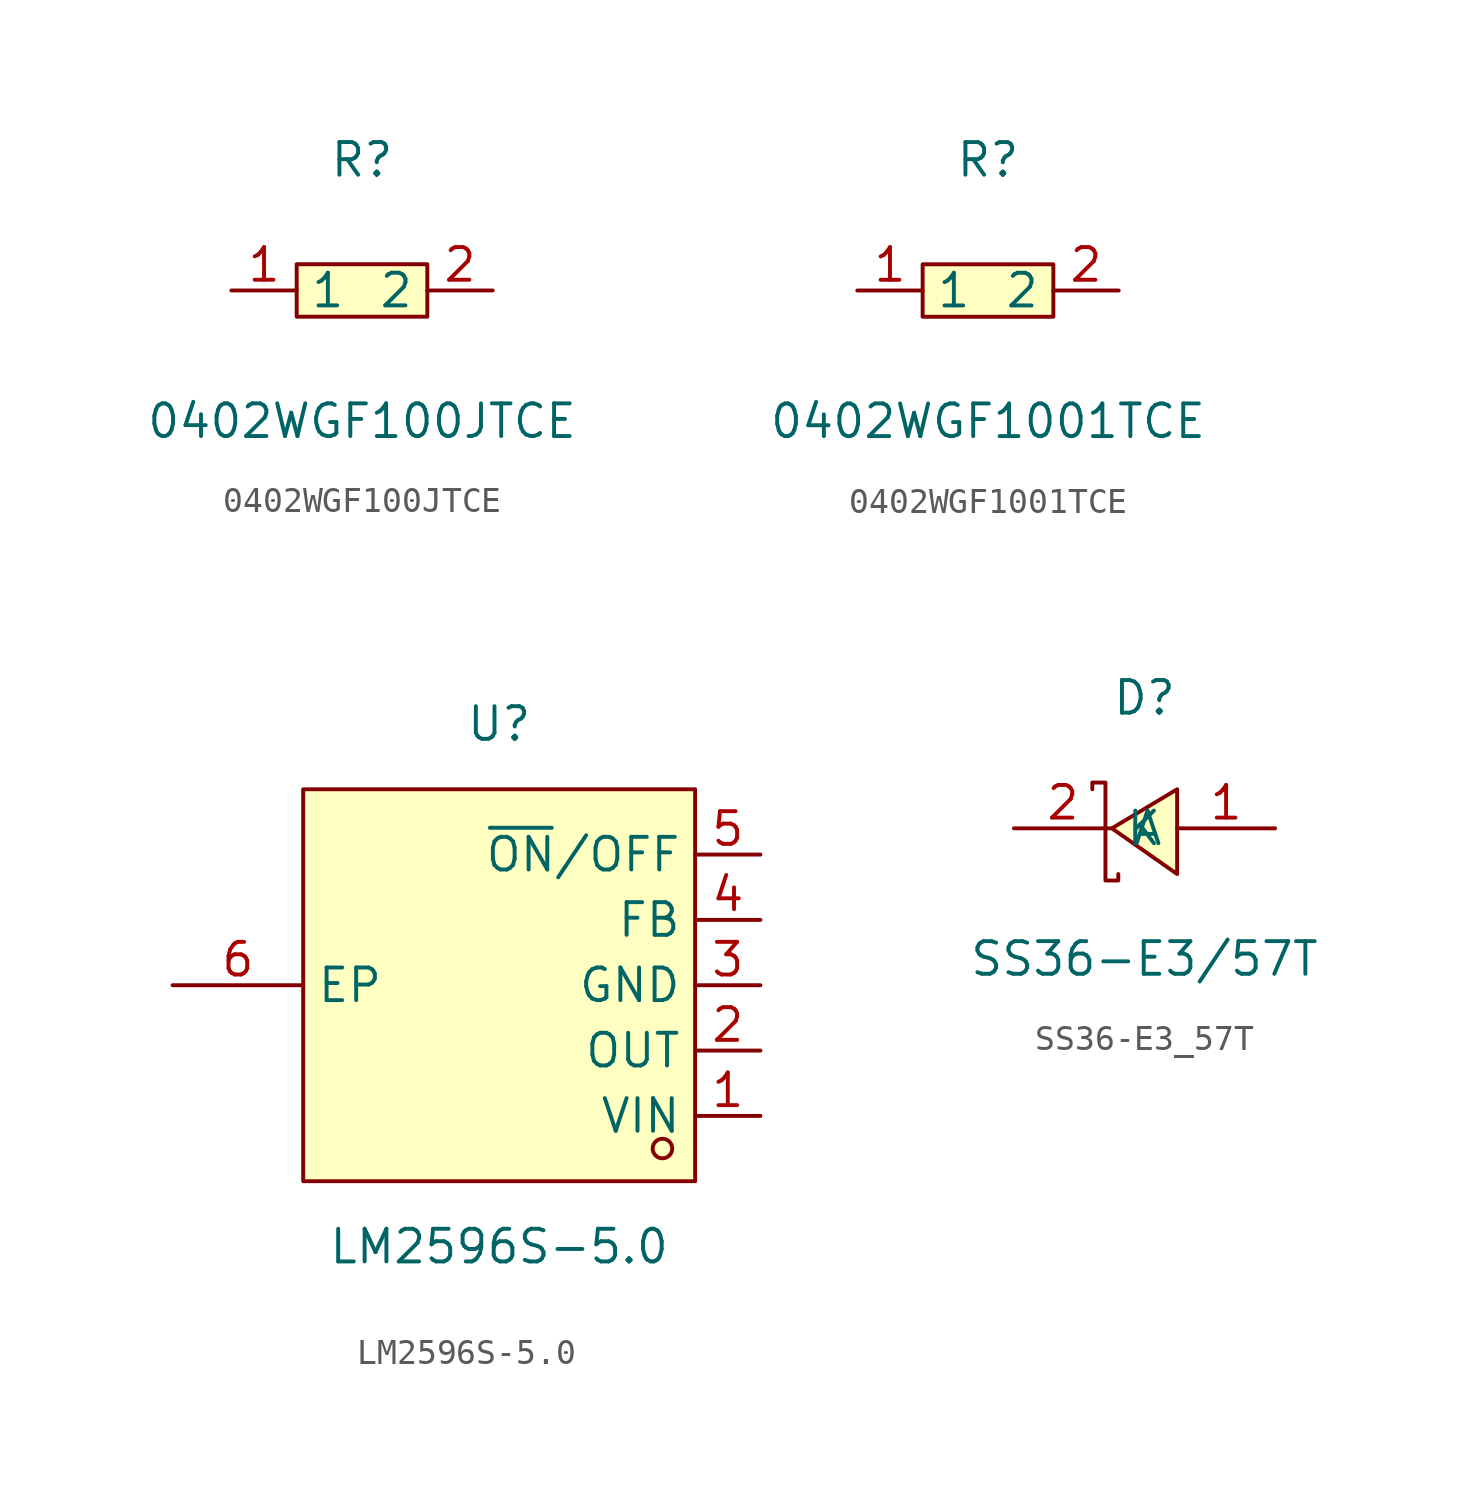
<source format=kicad_sym>
(kicad_symbol_lib
  (version 20211014)
  (generator https://github.com/uPesy/easyeda2kicad.py)
  (symbol "0402WGF100JTCE"
    (property "Reference" "R"
      (at 0 5.08 0)
      (effects (font (size 1.27 1.27))))
    (property "Value" "0402WGF100JTCE"
      (at 0 -5.08 0)
      (effects (font (size 1.27 1.27))))
    (symbol "0402WGF100JTCE_0_1"
      (rectangle (start -2.54 1.02) (end 2.54 -1.02) (stroke (width 0) (type default) (color 0 0 0 0)) (fill (type background)))
      (pin input line (at 5.08 -0.00 180) (length 2.54) (name "2" (effects (font (size 1.27 1.27)))) (number "2" (effects (font (size 1.27 1.27)))))
      (pin input line (at -5.08 -0.00 0) (length 2.54) (name "1" (effects (font (size 1.27 1.27)))) (number "1" (effects (font (size 1.27 1.27)))))))
  (symbol "0402WGF1001TCE"
    (property "Reference" "R"
      (at 0 5.08 0)
      (effects (font (size 1.27 1.27))))
    (property "Value" "0402WGF1001TCE"
      (at 0 -5.08 0)
      (effects (font (size 1.27 1.27))))
    (symbol "0402WGF1001TCE_0_1"
      (rectangle (start -2.54 1.02) (end 2.54 -1.02) (stroke (width 0) (type default) (color 0 0 0 0)) (fill (type background)))
      (pin input line (at 5.08 -0.00 180) (length 2.54) (name "2" (effects (font (size 1.27 1.27)))) (number "2" (effects (font (size 1.27 1.27)))))
      (pin input line (at -5.08 -0.00 0) (length 2.54) (name "1" (effects (font (size 1.27 1.27)))) (number "1" (effects (font (size 1.27 1.27)))))))
  (symbol "LM2596S-5.0"
    (property "Reference" "U"
      (at 0 10.16 0)
      (effects (font (size 1.27 1.27))))
    (property "Value" "LM2596S-5.0"
      (at 0 -10.16 0)
      (effects (font (size 1.27 1.27))))
    (symbol "LM2596S-5.0_0_1"
      (rectangle (start -7.62 7.62) (end 7.62 -7.62) (stroke (width 0) (type default) (color 0 0 0 0)) (fill (type background)))
      (circle (center 6.35 -6.35) (radius 0.38) (stroke (width 0) (type default) (color 0 0 0 0)) (fill (type none)))
      (pin unspecified line (at 10.16 -5.08 180) (length 2.54) (name "VIN" (effects (font (size 1.27 1.27)))) (number "1" (effects (font (size 1.27 1.27)))))
      (pin unspecified line (at 10.16 -2.54 180) (length 2.54) (name "OUT" (effects (font (size 1.27 1.27)))) (number "2" (effects (font (size 1.27 1.27)))))
      (pin unspecified line (at 10.16 -0.00 180) (length 2.54) (name "GND" (effects (font (size 1.27 1.27)))) (number "3" (effects (font (size 1.27 1.27)))))
      (pin unspecified line (at 10.16 2.54 180) (length 2.54) (name "FB" (effects (font (size 1.27 1.27)))) (number "4" (effects (font (size 1.27 1.27)))))
      (pin unspecified line (at 10.16 5.08 180) (length 2.54) (name "~{ON}/OFF" (effects (font (size 1.27 1.27)))) (number "5" (effects (font (size 1.27 1.27)))))
      (pin unspecified line (at -12.70 -0.00 0) (length 5.08) (name "EP" (effects (font (size 1.27 1.27)))) (number "6" (effects (font (size 1.27 1.27)))))))
  (symbol "SS36-E3_57T"
    (property "Reference" "D"
      (at 0 5.08 0)
      (effects (font (size 1.27 1.27))))
    (property "Value" "SS36-E3/57T"
      (at 0 -5.08 0)
      (effects (font (size 1.27 1.27))))
    (symbol "SS36-E3_57T_0_1"
      (polyline (pts (xy 1.27 1.52) (xy -1.27 -0.00) (xy 1.27 -1.78) (xy 1.27 1.52)) (stroke (width 0) (type default) (color 0 0 0 0)) (fill (type background)))
      (polyline (pts (xy -2.03 1.52) (xy -2.03 1.78) (xy -1.52 1.78) (xy -1.52 -2.03) (xy -1.02 -2.03) (xy -1.02 -1.78)) (stroke (width 0) (type default) (color 0 0 0 0)) (fill (type none)))
      (pin unspecified line (at 5.08 -0.00 180) (length 3.81) (name "A" (effects (font (size 1.27 1.27)))) (number "1" (effects (font (size 1.27 1.27)))))
      (pin unspecified line (at -5.08 -0.00 0) (length 3.81) (name "K" (effects (font (size 1.27 1.27)))) (number "2" (effects (font (size 1.27 1.27))))))))
</source>
